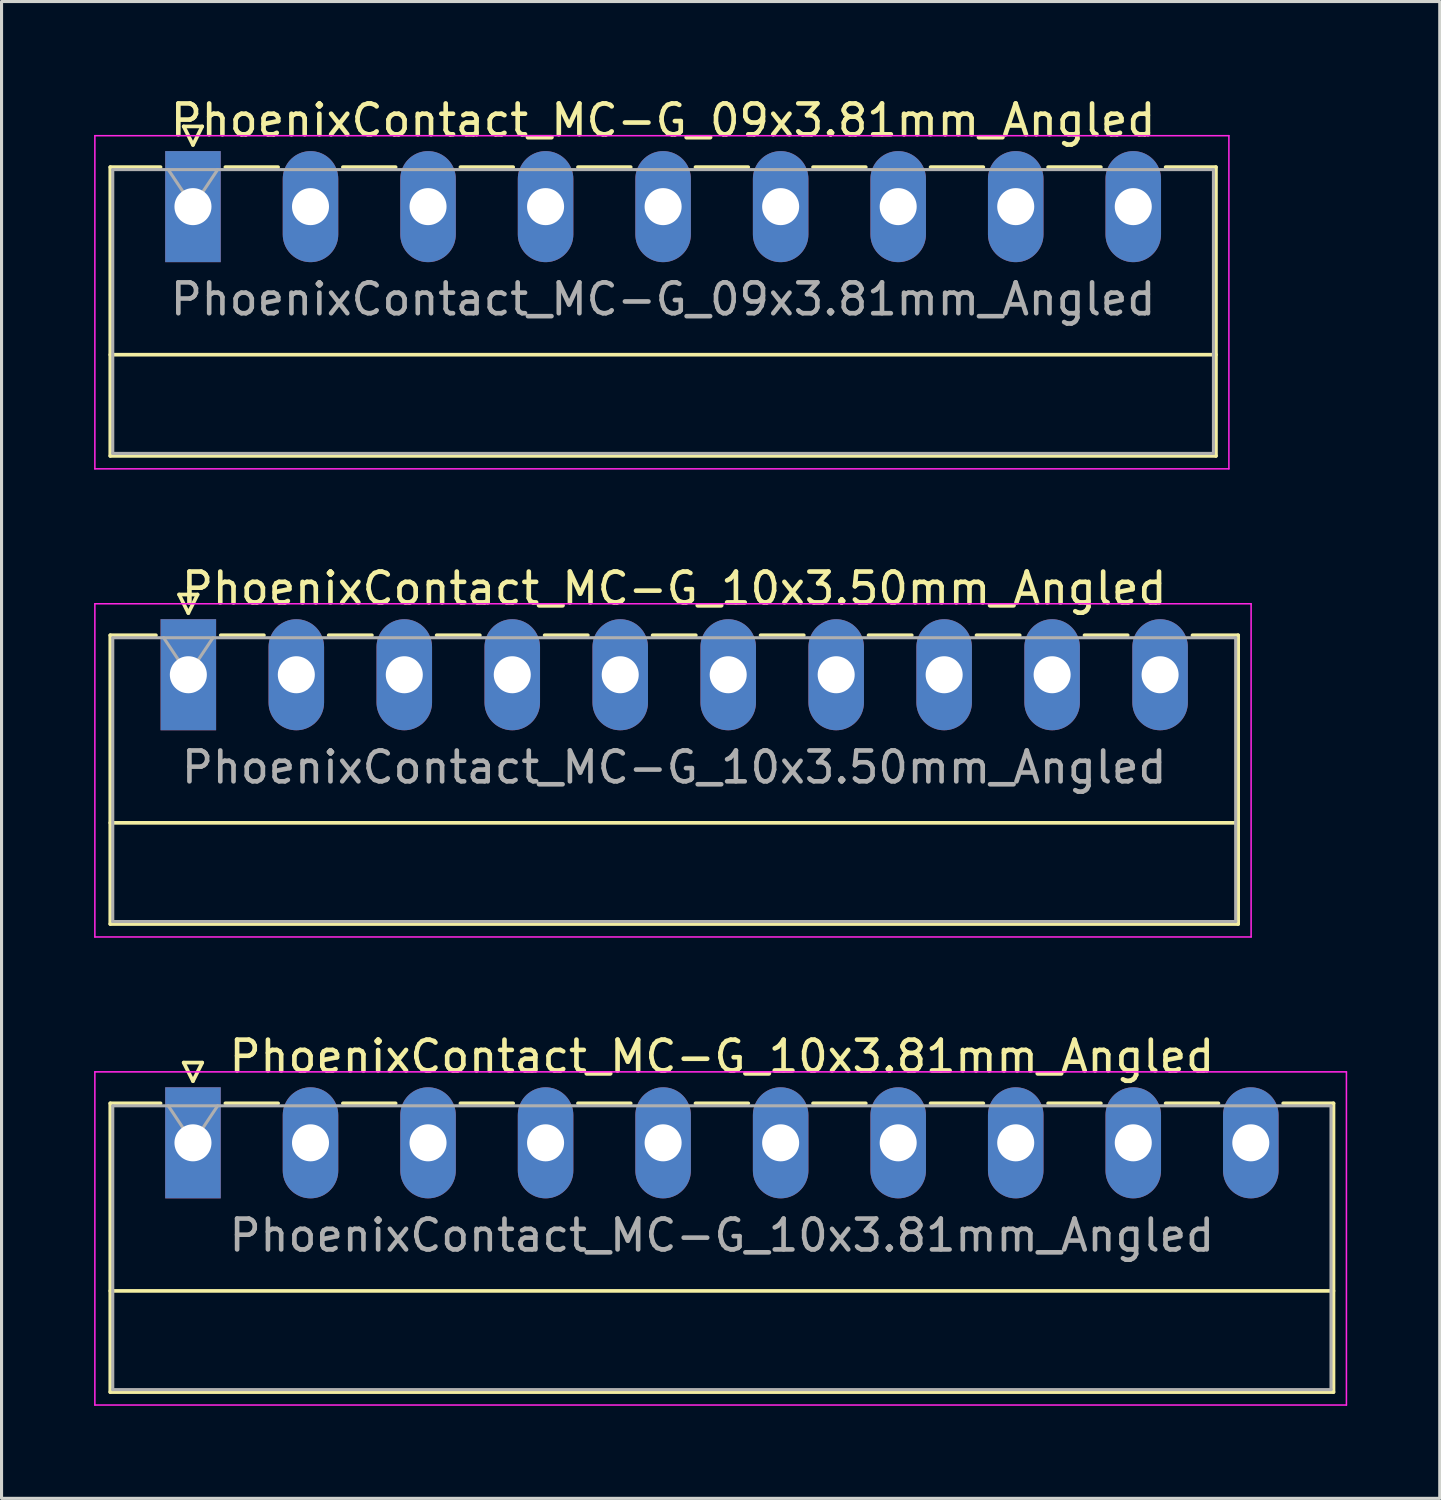
<source format=kicad_pcb>
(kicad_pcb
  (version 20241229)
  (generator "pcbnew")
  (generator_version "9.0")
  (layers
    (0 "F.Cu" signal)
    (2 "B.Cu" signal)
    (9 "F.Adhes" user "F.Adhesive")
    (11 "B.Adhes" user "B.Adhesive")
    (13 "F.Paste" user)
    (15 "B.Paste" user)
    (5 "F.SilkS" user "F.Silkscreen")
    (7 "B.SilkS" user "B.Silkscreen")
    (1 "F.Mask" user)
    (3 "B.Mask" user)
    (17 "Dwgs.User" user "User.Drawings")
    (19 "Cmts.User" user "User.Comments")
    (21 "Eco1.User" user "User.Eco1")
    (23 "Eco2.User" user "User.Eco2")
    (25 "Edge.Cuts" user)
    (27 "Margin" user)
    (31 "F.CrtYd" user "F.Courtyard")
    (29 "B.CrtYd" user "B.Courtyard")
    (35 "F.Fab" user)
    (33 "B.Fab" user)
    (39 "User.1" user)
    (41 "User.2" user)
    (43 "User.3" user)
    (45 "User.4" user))
  (footprint "PhoenixContact_MC-G_09x3.81mm_Angled"
    (layer "F.Cu")
    (at 3.205 3.648)
    (property "Reference" "PhoenixContact_MC-G_09x3.81mm_Angled" (at 15.24 -2.8 0) (layer "F.SilkS") (effects (font (size 1 1) (thickness 0.15))))
    (attr through_hole)
    (fp_line (start -2.68 -1.28) (end -2.68 8.08) (stroke (width 0.12) (type solid)) (layer "F.SilkS"))
    (fp_line (start -2.68 -1.28) (end -1.05 -1.28) (stroke (width 0.12) (type solid)) (layer "F.SilkS"))
    (fp_line (start -2.68 4.8) (end 33.16 4.8) (stroke (width 0.12) (type solid)) (layer "F.SilkS"))
    (fp_line (start -2.68 8.08) (end 33.16 8.08) (stroke (width 0.12) (type solid)) (layer "F.SilkS"))
    (fp_line (start -0.3 -2.6) (end 0.3 -2.6) (stroke (width 0.12) (type solid)) (layer "F.SilkS"))
    (fp_line (start 0 -2) (end -0.3 -2.6) (stroke (width 0.12) (type solid)) (layer "F.SilkS"))
    (fp_line (start 0.3 -2.6) (end 0 -2) (stroke (width 0.12) (type solid)) (layer "F.SilkS"))
    (fp_line (start 1.05 -1.28) (end 2.76 -1.28) (stroke (width 0.12) (type solid)) (layer "F.SilkS"))
    (fp_line (start 4.86 -1.28) (end 6.57 -1.28) (stroke (width 0.12) (type solid)) (layer "F.SilkS"))
    (fp_line (start 8.67 -1.28) (end 10.38 -1.28) (stroke (width 0.12) (type solid)) (layer "F.SilkS"))
    (fp_line (start 12.48 -1.28) (end 14.19 -1.28) (stroke (width 0.12) (type solid)) (layer "F.SilkS"))
    (fp_line (start 16.29 -1.28) (end 18 -1.28) (stroke (width 0.12) (type solid)) (layer "F.SilkS"))
    (fp_line (start 20.1 -1.28) (end 21.81 -1.28) (stroke (width 0.12) (type solid)) (layer "F.SilkS"))
    (fp_line (start 23.91 -1.28) (end 25.62 -1.28) (stroke (width 0.12) (type solid)) (layer "F.SilkS"))
    (fp_line (start 27.72 -1.28) (end 29.43 -1.28) (stroke (width 0.12) (type solid)) (layer "F.SilkS"))
    (fp_line (start 33.16 -1.28) (end 31.53 -1.28) (stroke (width 0.12) (type solid)) (layer "F.SilkS"))
    (fp_line (start 33.16 8.08) (end 33.16 -1.28) (stroke (width 0.12) (type solid)) (layer "F.SilkS"))
    (fp_line (start -3.18 -2.3) (end -3.18 8.5) (stroke (width 0.05) (type solid)) (layer "F.CrtYd"))
    (fp_line (start -3.18 8.5) (end 33.58 8.5) (stroke (width 0.05) (type solid)) (layer "F.CrtYd"))
    (fp_line (start 33.58 -2.3) (end -3.18 -2.3) (stroke (width 0.05) (type solid)) (layer "F.CrtYd"))
    (fp_line (start 33.58 8.5) (end 33.58 -2.3) (stroke (width 0.05) (type solid)) (layer "F.CrtYd"))
    (fp_line (start -2.6 -1.2) (end -2.6 8) (stroke (width 0.1) (type solid)) (layer "F.Fab"))
    (fp_line (start -2.6 8) (end 33.08 8) (stroke (width 0.1) (type solid)) (layer "F.Fab"))
    (fp_line (start 0 0) (end -0.8 -1.2) (stroke (width 0.1) (type solid)) (layer "F.Fab"))
    (fp_line (start 0.8 -1.2) (end 0 0) (stroke (width 0.1) (type solid)) (layer "F.Fab"))
    (fp_line (start 33.08 -1.2) (end -2.6 -1.2) (stroke (width 0.1) (type solid)) (layer "F.Fab"))
    (fp_line (start 33.08 8) (end 33.08 -1.2) (stroke (width 0.1) (type solid)) (layer "F.Fab"))
    (fp_text user "${REFERENCE}" (at 15.24 3 0) (layer "F.Fab") (effects (font (size 1 1) (thickness 0.15))))
    (pad "1" thru_hole rect (at 0 0) (size 1.8 3.6) (drill 1.2) (layers "*.Cu" "*.Mask"))
    (pad "2" thru_hole oval (at 3.81 0) (size 1.8 3.6) (drill 1.2) (layers "*.Cu" "*.Mask"))
    (pad "3" thru_hole oval (at 7.62 0) (size 1.8 3.6) (drill 1.2) (layers "*.Cu" "*.Mask"))
    (pad "4" thru_hole oval (at 11.43 0) (size 1.8 3.6) (drill 1.2) (layers "*.Cu" "*.Mask"))
    (pad "5" thru_hole oval (at 15.24 0) (size 1.8 3.6) (drill 1.2) (layers "*.Cu" "*.Mask"))
    (pad "6" thru_hole oval (at 19.05 0) (size 1.8 3.6) (drill 1.2) (layers "*.Cu" "*.Mask"))
    (pad "7" thru_hole oval (at 22.86 0) (size 1.8 3.6) (drill 1.2) (layers "*.Cu" "*.Mask"))
    (pad "8" thru_hole oval (at 26.67 0) (size 1.8 3.6) (drill 1.2) (layers "*.Cu" "*.Mask"))
    (pad "9" thru_hole oval (at 30.48 0) (size 1.8 3.6) (drill 1.2) (layers "*.Cu" "*.Mask")))
  (footprint "PhoenixContact_MC-G_10x3.50mm_Angled"
    (layer "F.Cu")
    (at 3.055 18.822)
    (property "Reference" "PhoenixContact_MC-G_10x3.50mm_Angled" (at 15.75 -2.8 0) (layer "F.SilkS") (effects (font (size 1 1) (thickness 0.15))))
    (attr through_hole)
    (fp_line (start -2.53 -1.28) (end -2.53 8.08) (stroke (width 0.12) (type solid)) (layer "F.SilkS"))
    (fp_line (start -2.53 -1.28) (end -1.05 -1.28) (stroke (width 0.12) (type solid)) (layer "F.SilkS"))
    (fp_line (start -2.53 4.8) (end 34.03 4.8) (stroke (width 0.12) (type solid)) (layer "F.SilkS"))
    (fp_line (start -2.53 8.08) (end 34.03 8.08) (stroke (width 0.12) (type solid)) (layer "F.SilkS"))
    (fp_line (start -0.3 -2.6) (end 0.3 -2.6) (stroke (width 0.12) (type solid)) (layer "F.SilkS"))
    (fp_line (start 0 -2) (end -0.3 -2.6) (stroke (width 0.12) (type solid)) (layer "F.SilkS"))
    (fp_line (start 0.3 -2.6) (end 0 -2) (stroke (width 0.12) (type solid)) (layer "F.SilkS"))
    (fp_line (start 1.05 -1.28) (end 2.45 -1.28) (stroke (width 0.12) (type solid)) (layer "F.SilkS"))
    (fp_line (start 4.55 -1.28) (end 5.95 -1.28) (stroke (width 0.12) (type solid)) (layer "F.SilkS"))
    (fp_line (start 8.05 -1.28) (end 9.45 -1.28) (stroke (width 0.12) (type solid)) (layer "F.SilkS"))
    (fp_line (start 11.55 -1.28) (end 12.95 -1.28) (stroke (width 0.12) (type solid)) (layer "F.SilkS"))
    (fp_line (start 15.05 -1.28) (end 16.45 -1.28) (stroke (width 0.12) (type solid)) (layer "F.SilkS"))
    (fp_line (start 18.55 -1.28) (end 19.95 -1.28) (stroke (width 0.12) (type solid)) (layer "F.SilkS"))
    (fp_line (start 22.05 -1.28) (end 23.45 -1.28) (stroke (width 0.12) (type solid)) (layer "F.SilkS"))
    (fp_line (start 25.55 -1.28) (end 26.95 -1.28) (stroke (width 0.12) (type solid)) (layer "F.SilkS"))
    (fp_line (start 29.05 -1.28) (end 30.45 -1.28) (stroke (width 0.12) (type solid)) (layer "F.SilkS"))
    (fp_line (start 34.03 -1.28) (end 32.55 -1.28) (stroke (width 0.12) (type solid)) (layer "F.SilkS"))
    (fp_line (start 34.03 8.08) (end 34.03 -1.28) (stroke (width 0.12) (type solid)) (layer "F.SilkS"))
    (fp_line (start -3.03 -2.3) (end -3.03 8.5) (stroke (width 0.05) (type solid)) (layer "F.CrtYd"))
    (fp_line (start -3.03 8.5) (end 34.45 8.5) (stroke (width 0.05) (type solid)) (layer "F.CrtYd"))
    (fp_line (start 34.45 -2.3) (end -3.03 -2.3) (stroke (width 0.05) (type solid)) (layer "F.CrtYd"))
    (fp_line (start 34.45 8.5) (end 34.45 -2.3) (stroke (width 0.05) (type solid)) (layer "F.CrtYd"))
    (fp_line (start -2.45 -1.2) (end -2.45 8) (stroke (width 0.1) (type solid)) (layer "F.Fab"))
    (fp_line (start -2.45 8) (end 33.95 8) (stroke (width 0.1) (type solid)) (layer "F.Fab"))
    (fp_line (start 0 0) (end -0.8 -1.2) (stroke (width 0.1) (type solid)) (layer "F.Fab"))
    (fp_line (start 0.8 -1.2) (end 0 0) (stroke (width 0.1) (type solid)) (layer "F.Fab"))
    (fp_line (start 33.95 -1.2) (end -2.45 -1.2) (stroke (width 0.1) (type solid)) (layer "F.Fab"))
    (fp_line (start 33.95 8) (end 33.95 -1.2) (stroke (width 0.1) (type solid)) (layer "F.Fab"))
    (fp_text user "${REFERENCE}" (at 15.75 3 0) (layer "F.Fab") (effects (font (size 1 1) (thickness 0.15))))
    (pad "1" thru_hole rect (at 0 0) (size 1.8 3.6) (drill 1.2) (layers "*.Cu" "*.Mask"))
    (pad "2" thru_hole oval (at 3.5 0) (size 1.8 3.6) (drill 1.2) (layers "*.Cu" "*.Mask"))
    (pad "3" thru_hole oval (at 7 0) (size 1.8 3.6) (drill 1.2) (layers "*.Cu" "*.Mask"))
    (pad "4" thru_hole oval (at 10.5 0) (size 1.8 3.6) (drill 1.2) (layers "*.Cu" "*.Mask"))
    (pad "5" thru_hole oval (at 14 0) (size 1.8 3.6) (drill 1.2) (layers "*.Cu" "*.Mask"))
    (pad "6" thru_hole oval (at 17.5 0) (size 1.8 3.6) (drill 1.2) (layers "*.Cu" "*.Mask"))
    (pad "7" thru_hole oval (at 21 0) (size 1.8 3.6) (drill 1.2) (layers "*.Cu" "*.Mask"))
    (pad "8" thru_hole oval (at 24.5 0) (size 1.8 3.6) (drill 1.2) (layers "*.Cu" "*.Mask"))
    (pad "9" thru_hole oval (at 28 0) (size 1.8 3.6) (drill 1.2) (layers "*.Cu" "*.Mask"))
    (pad "10" thru_hole oval (at 31.5 0) (size 1.8 3.6) (drill 1.2) (layers "*.Cu" "*.Mask")))
  (footprint "PhoenixContact_MC-G_10x3.81mm_Angled"
    (layer "F.Cu")
    (at 3.205 33.995)
    (property "Reference" "PhoenixContact_MC-G_10x3.81mm_Angled" (at 17.145 -2.8 0) (layer "F.SilkS") (effects (font (size 1 1) (thickness 0.15))))
    (attr through_hole)
    (fp_line (start -2.68 -1.28) (end -2.68 8.08) (stroke (width 0.12) (type solid)) (layer "F.SilkS"))
    (fp_line (start -2.68 -1.28) (end -1.05 -1.28) (stroke (width 0.12) (type solid)) (layer "F.SilkS"))
    (fp_line (start -2.68 4.8) (end 36.97 4.8) (stroke (width 0.12) (type solid)) (layer "F.SilkS"))
    (fp_line (start -2.68 8.08) (end 36.97 8.08) (stroke (width 0.12) (type solid)) (layer "F.SilkS"))
    (fp_line (start -0.3 -2.6) (end 0.3 -2.6) (stroke (width 0.12) (type solid)) (layer "F.SilkS"))
    (fp_line (start 0 -2) (end -0.3 -2.6) (stroke (width 0.12) (type solid)) (layer "F.SilkS"))
    (fp_line (start 0.3 -2.6) (end 0 -2) (stroke (width 0.12) (type solid)) (layer "F.SilkS"))
    (fp_line (start 1.05 -1.28) (end 2.76 -1.28) (stroke (width 0.12) (type solid)) (layer "F.SilkS"))
    (fp_line (start 4.86 -1.28) (end 6.57 -1.28) (stroke (width 0.12) (type solid)) (layer "F.SilkS"))
    (fp_line (start 8.67 -1.28) (end 10.38 -1.28) (stroke (width 0.12) (type solid)) (layer "F.SilkS"))
    (fp_line (start 12.48 -1.28) (end 14.19 -1.28) (stroke (width 0.12) (type solid)) (layer "F.SilkS"))
    (fp_line (start 16.29 -1.28) (end 18 -1.28) (stroke (width 0.12) (type solid)) (layer "F.SilkS"))
    (fp_line (start 20.1 -1.28) (end 21.81 -1.28) (stroke (width 0.12) (type solid)) (layer "F.SilkS"))
    (fp_line (start 23.91 -1.28) (end 25.62 -1.28) (stroke (width 0.12) (type solid)) (layer "F.SilkS"))
    (fp_line (start 27.72 -1.28) (end 29.43 -1.28) (stroke (width 0.12) (type solid)) (layer "F.SilkS"))
    (fp_line (start 31.53 -1.28) (end 33.24 -1.28) (stroke (width 0.12) (type solid)) (layer "F.SilkS"))
    (fp_line (start 36.97 -1.28) (end 35.34 -1.28) (stroke (width 0.12) (type solid)) (layer "F.SilkS"))
    (fp_line (start 36.97 8.08) (end 36.97 -1.28) (stroke (width 0.12) (type solid)) (layer "F.SilkS"))
    (fp_line (start -3.18 -2.3) (end -3.18 8.5) (stroke (width 0.05) (type solid)) (layer "F.CrtYd"))
    (fp_line (start -3.18 8.5) (end 37.39 8.5) (stroke (width 0.05) (type solid)) (layer "F.CrtYd"))
    (fp_line (start 37.39 -2.3) (end -3.18 -2.3) (stroke (width 0.05) (type solid)) (layer "F.CrtYd"))
    (fp_line (start 37.39 8.5) (end 37.39 -2.3) (stroke (width 0.05) (type solid)) (layer "F.CrtYd"))
    (fp_line (start -2.6 -1.2) (end -2.6 8) (stroke (width 0.1) (type solid)) (layer "F.Fab"))
    (fp_line (start -2.6 8) (end 36.89 8) (stroke (width 0.1) (type solid)) (layer "F.Fab"))
    (fp_line (start 0 0) (end -0.8 -1.2) (stroke (width 0.1) (type solid)) (layer "F.Fab"))
    (fp_line (start 0.8 -1.2) (end 0 0) (stroke (width 0.1) (type solid)) (layer "F.Fab"))
    (fp_line (start 36.89 -1.2) (end -2.6 -1.2) (stroke (width 0.1) (type solid)) (layer "F.Fab"))
    (fp_line (start 36.89 8) (end 36.89 -1.2) (stroke (width 0.1) (type solid)) (layer "F.Fab"))
    (fp_text user "${REFERENCE}" (at 17.145 3 0) (layer "F.Fab") (effects (font (size 1 1) (thickness 0.15))))
    (pad "1" thru_hole rect (at 0 0) (size 1.8 3.6) (drill 1.2) (layers "*.Cu" "*.Mask"))
    (pad "2" thru_hole oval (at 3.81 0) (size 1.8 3.6) (drill 1.2) (layers "*.Cu" "*.Mask"))
    (pad "3" thru_hole oval (at 7.62 0) (size 1.8 3.6) (drill 1.2) (layers "*.Cu" "*.Mask"))
    (pad "4" thru_hole oval (at 11.43 0) (size 1.8 3.6) (drill 1.2) (layers "*.Cu" "*.Mask"))
    (pad "5" thru_hole oval (at 15.24 0) (size 1.8 3.6) (drill 1.2) (layers "*.Cu" "*.Mask"))
    (pad "6" thru_hole oval (at 19.05 0) (size 1.8 3.6) (drill 1.2) (layers "*.Cu" "*.Mask"))
    (pad "7" thru_hole oval (at 22.86 0) (size 1.8 3.6) (drill 1.2) (layers "*.Cu" "*.Mask"))
    (pad "8" thru_hole oval (at 26.67 0) (size 1.8 3.6) (drill 1.2) (layers "*.Cu" "*.Mask"))
    (pad "9" thru_hole oval (at 30.48 0) (size 1.8 3.6) (drill 1.2) (layers "*.Cu" "*.Mask"))
    (pad "10" thru_hole oval (at 34.29 0) (size 1.8 3.6) (drill 1.2) (layers "*.Cu" "*.Mask")))
  (gr_rect
    (start -3 -3)
    (end 43.62 45.52)
    (stroke (width 0.1) (type default))
    (fill no)
    (layer "Edge.Cuts")))
</source>
